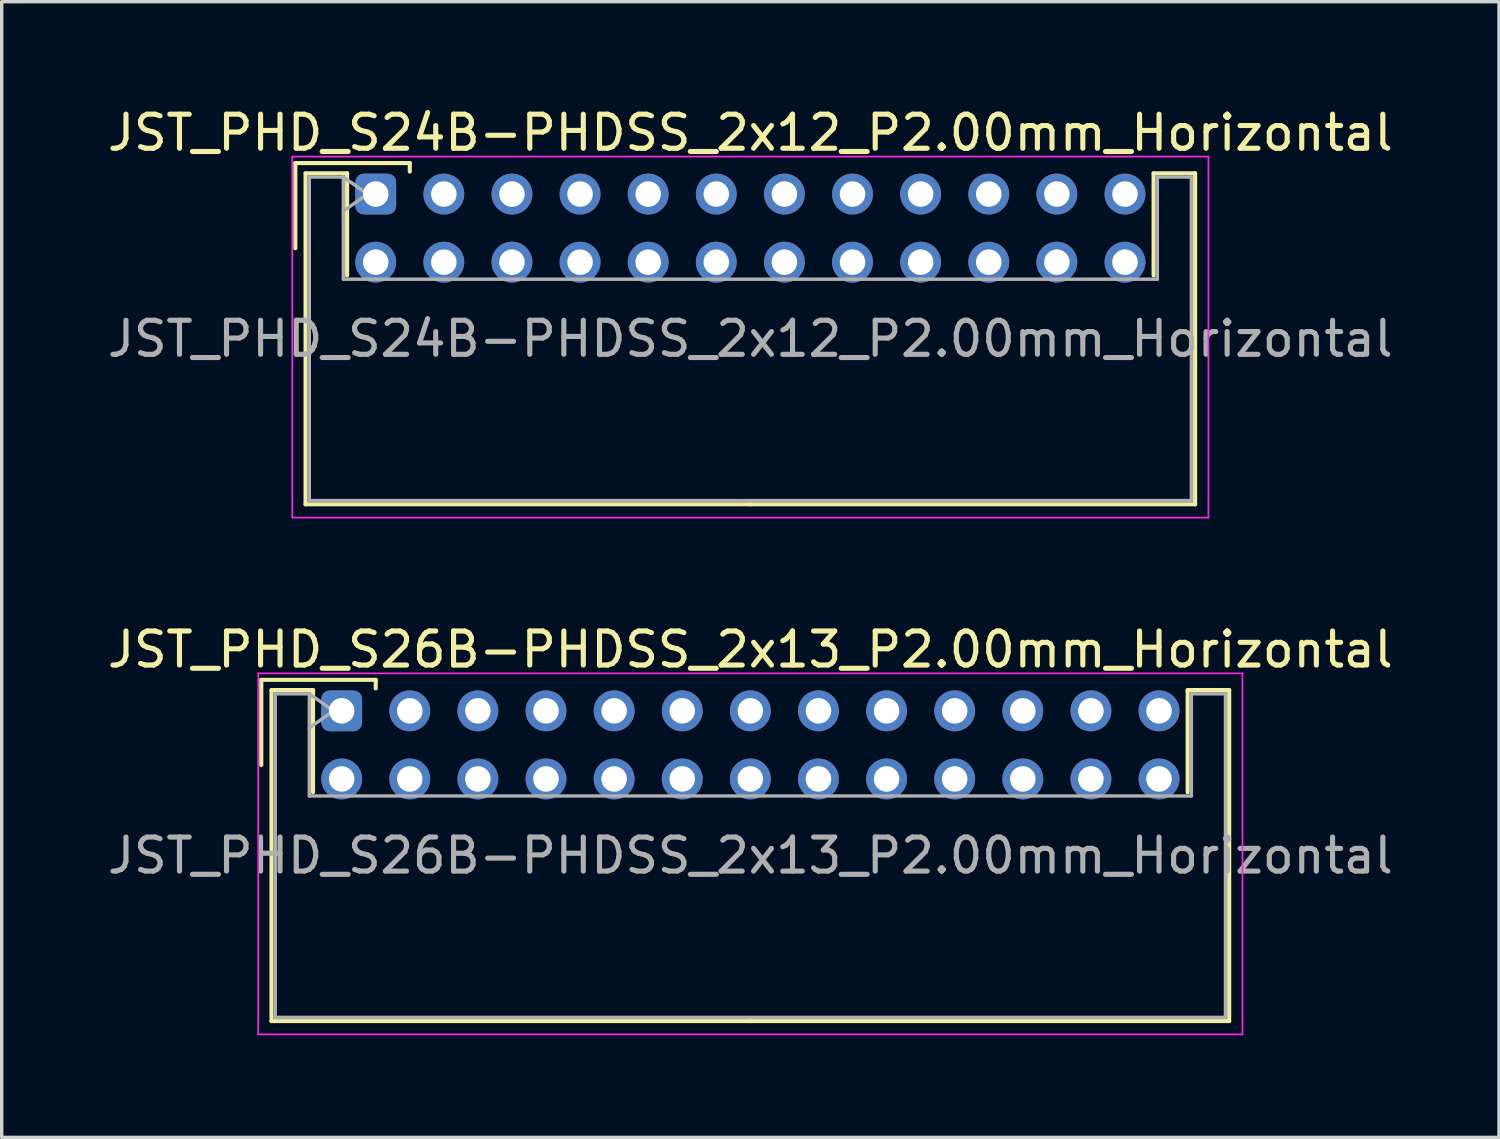
<source format=kicad_pcb>
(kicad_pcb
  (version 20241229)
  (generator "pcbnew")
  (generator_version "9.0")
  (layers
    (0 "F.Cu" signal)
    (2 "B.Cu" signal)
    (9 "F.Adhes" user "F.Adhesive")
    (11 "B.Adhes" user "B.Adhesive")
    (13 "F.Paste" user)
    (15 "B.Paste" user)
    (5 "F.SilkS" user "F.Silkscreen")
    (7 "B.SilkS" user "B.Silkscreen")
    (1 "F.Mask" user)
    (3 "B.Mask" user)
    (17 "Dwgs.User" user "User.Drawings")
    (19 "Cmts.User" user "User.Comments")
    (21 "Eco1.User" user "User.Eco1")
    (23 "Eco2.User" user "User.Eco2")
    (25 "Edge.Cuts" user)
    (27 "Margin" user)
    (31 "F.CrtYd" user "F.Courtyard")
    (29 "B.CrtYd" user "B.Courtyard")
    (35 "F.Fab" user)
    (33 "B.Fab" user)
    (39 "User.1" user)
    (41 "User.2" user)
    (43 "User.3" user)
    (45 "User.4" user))
  (footprint "JST_PHD_S24B-PHDSS_2x12_P2.00mm_Horizontal"
    (layer "F.Cu")
    (at 7.982 2.648)
    (property "Reference" "JST_PHD_S24B-PHDSS_2x12_P2.00mm_Horizontal" (at 11 -1.8 0) (layer "F.SilkS") (effects (font (size 1 1) (thickness 0.15))))
    (attr through_hole)
    (fp_line (start -2.36 -0.91) (end -2.36 1.59) (stroke (width 0.12) (type solid)) (layer "F.SilkS"))
    (fp_line (start -2.06 -0.61) (end -2.06 9.11) (stroke (width 0.12) (type solid)) (layer "F.SilkS"))
    (fp_line (start -2.06 9.11) (end 11 9.11) (stroke (width 0.12) (type solid)) (layer "F.SilkS"))
    (fp_line (start -0.84 -0.61) (end -2.06 -0.61) (stroke (width 0.12) (type solid)) (layer "F.SilkS"))
    (fp_line (start -0.84 2.39) (end -0.84 -0.61) (stroke (width 0.12) (type solid)) (layer "F.SilkS"))
    (fp_line (start 1 -0.91) (end -2.36 -0.91) (stroke (width 0.12) (type solid)) (layer "F.SilkS"))
    (fp_line (start 1 -0.66) (end 1 -0.91) (stroke (width 0.12) (type solid)) (layer "F.SilkS"))
    (fp_line (start 22.84 -0.61) (end 24.06 -0.61) (stroke (width 0.12) (type solid)) (layer "F.SilkS"))
    (fp_line (start 22.84 2.39) (end 22.84 -0.61) (stroke (width 0.12) (type solid)) (layer "F.SilkS"))
    (fp_line (start 24.06 -0.61) (end 24.06 9.11) (stroke (width 0.12) (type solid)) (layer "F.SilkS"))
    (fp_line (start 24.06 9.11) (end 11 9.11) (stroke (width 0.12) (type solid)) (layer "F.SilkS"))
    (fp_line (start -2.45 -1.1) (end -2.45 9.5) (stroke (width 0.05) (type solid)) (layer "F.CrtYd"))
    (fp_line (start -2.45 9.5) (end 24.45 9.5) (stroke (width 0.05) (type solid)) (layer "F.CrtYd"))
    (fp_line (start 24.45 -1.1) (end -2.45 -1.1) (stroke (width 0.05) (type solid)) (layer "F.CrtYd"))
    (fp_line (start 24.45 9.5) (end 24.45 -1.1) (stroke (width 0.05) (type solid)) (layer "F.CrtYd"))
    (fp_line (start -1.95 -0.5) (end -0.95 -0.5) (stroke (width 0.1) (type solid)) (layer "F.Fab"))
    (fp_line (start -1.95 9) (end -1.95 -0.5) (stroke (width 0.1) (type solid)) (layer "F.Fab"))
    (fp_line (start -0.95 -0.5) (end -0.95 2.5) (stroke (width 0.1) (type solid)) (layer "F.Fab"))
    (fp_line (start -0.95 -0.5) (end -0.243 0) (stroke (width 0.1) (type solid)) (layer "F.Fab"))
    (fp_line (start -0.95 2.5) (end 22.95 2.5) (stroke (width 0.1) (type solid)) (layer "F.Fab"))
    (fp_line (start -0.243 0) (end -0.95 0.5) (stroke (width 0.1) (type solid)) (layer "F.Fab"))
    (fp_line (start 22.95 -0.5) (end 23.95 -0.5) (stroke (width 0.1) (type solid)) (layer "F.Fab"))
    (fp_line (start 22.95 2.5) (end 22.95 -0.5) (stroke (width 0.1) (type solid)) (layer "F.Fab"))
    (fp_line (start 23.95 -0.5) (end 23.95 9) (stroke (width 0.1) (type solid)) (layer "F.Fab"))
    (fp_line (start 23.95 9) (end -1.95 9) (stroke (width 0.1) (type solid)) (layer "F.Fab"))
    (fp_text user "${REFERENCE}" (at 11 4.25 0) (layer "F.Fab") (effects (font (size 1 1) (thickness 0.15))))
    (pad "1" thru_hole roundrect (at 0 0) (size 1.2 1.2) (drill 0.75) (layers "*.Cu" "*.Mask") (roundrect_rratio 0.208))
    (pad "2" thru_hole circle (at 0 2) (size 1.2 1.2) (drill 0.75) (layers "*.Cu" "*.Mask"))
    (pad "3" thru_hole circle (at 2 0) (size 1.2 1.2) (drill 0.75) (layers "*.Cu" "*.Mask"))
    (pad "4" thru_hole circle (at 2 2) (size 1.2 1.2) (drill 0.75) (layers "*.Cu" "*.Mask"))
    (pad "5" thru_hole circle (at 4 0) (size 1.2 1.2) (drill 0.75) (layers "*.Cu" "*.Mask"))
    (pad "6" thru_hole circle (at 4 2) (size 1.2 1.2) (drill 0.75) (layers "*.Cu" "*.Mask"))
    (pad "7" thru_hole circle (at 6 0) (size 1.2 1.2) (drill 0.75) (layers "*.Cu" "*.Mask"))
    (pad "8" thru_hole circle (at 6 2) (size 1.2 1.2) (drill 0.75) (layers "*.Cu" "*.Mask"))
    (pad "9" thru_hole circle (at 8 0) (size 1.2 1.2) (drill 0.75) (layers "*.Cu" "*.Mask"))
    (pad "10" thru_hole circle (at 8 2) (size 1.2 1.2) (drill 0.75) (layers "*.Cu" "*.Mask"))
    (pad "11" thru_hole circle (at 10 0) (size 1.2 1.2) (drill 0.75) (layers "*.Cu" "*.Mask"))
    (pad "12" thru_hole circle (at 10 2) (size 1.2 1.2) (drill 0.75) (layers "*.Cu" "*.Mask"))
    (pad "13" thru_hole circle (at 12 0) (size 1.2 1.2) (drill 0.75) (layers "*.Cu" "*.Mask"))
    (pad "14" thru_hole circle (at 12 2) (size 1.2 1.2) (drill 0.75) (layers "*.Cu" "*.Mask"))
    (pad "15" thru_hole circle (at 14 0) (size 1.2 1.2) (drill 0.75) (layers "*.Cu" "*.Mask"))
    (pad "16" thru_hole circle (at 14 2) (size 1.2 1.2) (drill 0.75) (layers "*.Cu" "*.Mask"))
    (pad "17" thru_hole circle (at 16 0) (size 1.2 1.2) (drill 0.75) (layers "*.Cu" "*.Mask"))
    (pad "18" thru_hole circle (at 16 2) (size 1.2 1.2) (drill 0.75) (layers "*.Cu" "*.Mask"))
    (pad "19" thru_hole circle (at 18 0) (size 1.2 1.2) (drill 0.75) (layers "*.Cu" "*.Mask"))
    (pad "20" thru_hole circle (at 18 2) (size 1.2 1.2) (drill 0.75) (layers "*.Cu" "*.Mask"))
    (pad "21" thru_hole circle (at 20 0) (size 1.2 1.2) (drill 0.75) (layers "*.Cu" "*.Mask"))
    (pad "22" thru_hole circle (at 20 2) (size 1.2 1.2) (drill 0.75) (layers "*.Cu" "*.Mask"))
    (pad "23" thru_hole circle (at 22 0) (size 1.2 1.2) (drill 0.75) (layers "*.Cu" "*.Mask"))
    (pad "24" thru_hole circle (at 22 2) (size 1.2 1.2) (drill 0.75) (layers "*.Cu" "*.Mask")))
  (footprint "JST_PHD_S26B-PHDSS_2x13_P2.00mm_Horizontal"
    (layer "F.Cu")
    (at 6.982 17.822)
    (property "Reference" "JST_PHD_S26B-PHDSS_2x13_P2.00mm_Horizontal" (at 12 -1.8 0) (layer "F.SilkS") (effects (font (size 1 1) (thickness 0.15))))
    (attr through_hole)
    (fp_line (start -2.36 -0.91) (end -2.36 1.59) (stroke (width 0.12) (type solid)) (layer "F.SilkS"))
    (fp_line (start -2.06 -0.61) (end -2.06 9.11) (stroke (width 0.12) (type solid)) (layer "F.SilkS"))
    (fp_line (start -2.06 9.11) (end 12 9.11) (stroke (width 0.12) (type solid)) (layer "F.SilkS"))
    (fp_line (start -0.84 -0.61) (end -2.06 -0.61) (stroke (width 0.12) (type solid)) (layer "F.SilkS"))
    (fp_line (start -0.84 2.39) (end -0.84 -0.61) (stroke (width 0.12) (type solid)) (layer "F.SilkS"))
    (fp_line (start 1 -0.91) (end -2.36 -0.91) (stroke (width 0.12) (type solid)) (layer "F.SilkS"))
    (fp_line (start 1 -0.66) (end 1 -0.91) (stroke (width 0.12) (type solid)) (layer "F.SilkS"))
    (fp_line (start 24.84 -0.61) (end 26.06 -0.61) (stroke (width 0.12) (type solid)) (layer "F.SilkS"))
    (fp_line (start 24.84 2.39) (end 24.84 -0.61) (stroke (width 0.12) (type solid)) (layer "F.SilkS"))
    (fp_line (start 26.06 -0.61) (end 26.06 9.11) (stroke (width 0.12) (type solid)) (layer "F.SilkS"))
    (fp_line (start 26.06 9.11) (end 12 9.11) (stroke (width 0.12) (type solid)) (layer "F.SilkS"))
    (fp_line (start -2.45 -1.1) (end -2.45 9.5) (stroke (width 0.05) (type solid)) (layer "F.CrtYd"))
    (fp_line (start -2.45 9.5) (end 26.45 9.5) (stroke (width 0.05) (type solid)) (layer "F.CrtYd"))
    (fp_line (start 26.45 -1.1) (end -2.45 -1.1) (stroke (width 0.05) (type solid)) (layer "F.CrtYd"))
    (fp_line (start 26.45 9.5) (end 26.45 -1.1) (stroke (width 0.05) (type solid)) (layer "F.CrtYd"))
    (fp_line (start -1.95 -0.5) (end -0.95 -0.5) (stroke (width 0.1) (type solid)) (layer "F.Fab"))
    (fp_line (start -1.95 9) (end -1.95 -0.5) (stroke (width 0.1) (type solid)) (layer "F.Fab"))
    (fp_line (start -0.95 -0.5) (end -0.95 2.5) (stroke (width 0.1) (type solid)) (layer "F.Fab"))
    (fp_line (start -0.95 -0.5) (end -0.243 0) (stroke (width 0.1) (type solid)) (layer "F.Fab"))
    (fp_line (start -0.95 2.5) (end 24.95 2.5) (stroke (width 0.1) (type solid)) (layer "F.Fab"))
    (fp_line (start -0.243 0) (end -0.95 0.5) (stroke (width 0.1) (type solid)) (layer "F.Fab"))
    (fp_line (start 24.95 -0.5) (end 25.95 -0.5) (stroke (width 0.1) (type solid)) (layer "F.Fab"))
    (fp_line (start 24.95 2.5) (end 24.95 -0.5) (stroke (width 0.1) (type solid)) (layer "F.Fab"))
    (fp_line (start 25.95 -0.5) (end 25.95 9) (stroke (width 0.1) (type solid)) (layer "F.Fab"))
    (fp_line (start 25.95 9) (end -1.95 9) (stroke (width 0.1) (type solid)) (layer "F.Fab"))
    (fp_text user "${REFERENCE}" (at 12 4.25 0) (layer "F.Fab") (effects (font (size 1 1) (thickness 0.15))))
    (pad "1" thru_hole roundrect (at 0 0) (size 1.2 1.2) (drill 0.75) (layers "*.Cu" "*.Mask") (roundrect_rratio 0.208))
    (pad "2" thru_hole circle (at 0 2) (size 1.2 1.2) (drill 0.75) (layers "*.Cu" "*.Mask"))
    (pad "3" thru_hole circle (at 2 0) (size 1.2 1.2) (drill 0.75) (layers "*.Cu" "*.Mask"))
    (pad "4" thru_hole circle (at 2 2) (size 1.2 1.2) (drill 0.75) (layers "*.Cu" "*.Mask"))
    (pad "5" thru_hole circle (at 4 0) (size 1.2 1.2) (drill 0.75) (layers "*.Cu" "*.Mask"))
    (pad "6" thru_hole circle (at 4 2) (size 1.2 1.2) (drill 0.75) (layers "*.Cu" "*.Mask"))
    (pad "7" thru_hole circle (at 6 0) (size 1.2 1.2) (drill 0.75) (layers "*.Cu" "*.Mask"))
    (pad "8" thru_hole circle (at 6 2) (size 1.2 1.2) (drill 0.75) (layers "*.Cu" "*.Mask"))
    (pad "9" thru_hole circle (at 8 0) (size 1.2 1.2) (drill 0.75) (layers "*.Cu" "*.Mask"))
    (pad "10" thru_hole circle (at 8 2) (size 1.2 1.2) (drill 0.75) (layers "*.Cu" "*.Mask"))
    (pad "11" thru_hole circle (at 10 0) (size 1.2 1.2) (drill 0.75) (layers "*.Cu" "*.Mask"))
    (pad "12" thru_hole circle (at 10 2) (size 1.2 1.2) (drill 0.75) (layers "*.Cu" "*.Mask"))
    (pad "13" thru_hole circle (at 12 0) (size 1.2 1.2) (drill 0.75) (layers "*.Cu" "*.Mask"))
    (pad "14" thru_hole circle (at 12 2) (size 1.2 1.2) (drill 0.75) (layers "*.Cu" "*.Mask"))
    (pad "15" thru_hole circle (at 14 0) (size 1.2 1.2) (drill 0.75) (layers "*.Cu" "*.Mask"))
    (pad "16" thru_hole circle (at 14 2) (size 1.2 1.2) (drill 0.75) (layers "*.Cu" "*.Mask"))
    (pad "17" thru_hole circle (at 16 0) (size 1.2 1.2) (drill 0.75) (layers "*.Cu" "*.Mask"))
    (pad "18" thru_hole circle (at 16 2) (size 1.2 1.2) (drill 0.75) (layers "*.Cu" "*.Mask"))
    (pad "19" thru_hole circle (at 18 0) (size 1.2 1.2) (drill 0.75) (layers "*.Cu" "*.Mask"))
    (pad "20" thru_hole circle (at 18 2) (size 1.2 1.2) (drill 0.75) (layers "*.Cu" "*.Mask"))
    (pad "21" thru_hole circle (at 20 0) (size 1.2 1.2) (drill 0.75) (layers "*.Cu" "*.Mask"))
    (pad "22" thru_hole circle (at 20 2) (size 1.2 1.2) (drill 0.75) (layers "*.Cu" "*.Mask"))
    (pad "23" thru_hole circle (at 22 0) (size 1.2 1.2) (drill 0.75) (layers "*.Cu" "*.Mask"))
    (pad "24" thru_hole circle (at 22 2) (size 1.2 1.2) (drill 0.75) (layers "*.Cu" "*.Mask"))
    (pad "25" thru_hole circle (at 24 0) (size 1.2 1.2) (drill 0.75) (layers "*.Cu" "*.Mask"))
    (pad "26" thru_hole circle (at 24 2) (size 1.2 1.2) (drill 0.75) (layers "*.Cu" "*.Mask")))
  (gr_rect
    (start -3 -3)
    (end 40.964 30.346)
    (stroke (width 0.1) (type default))
    (fill no)
    (layer "Edge.Cuts")))
</source>
